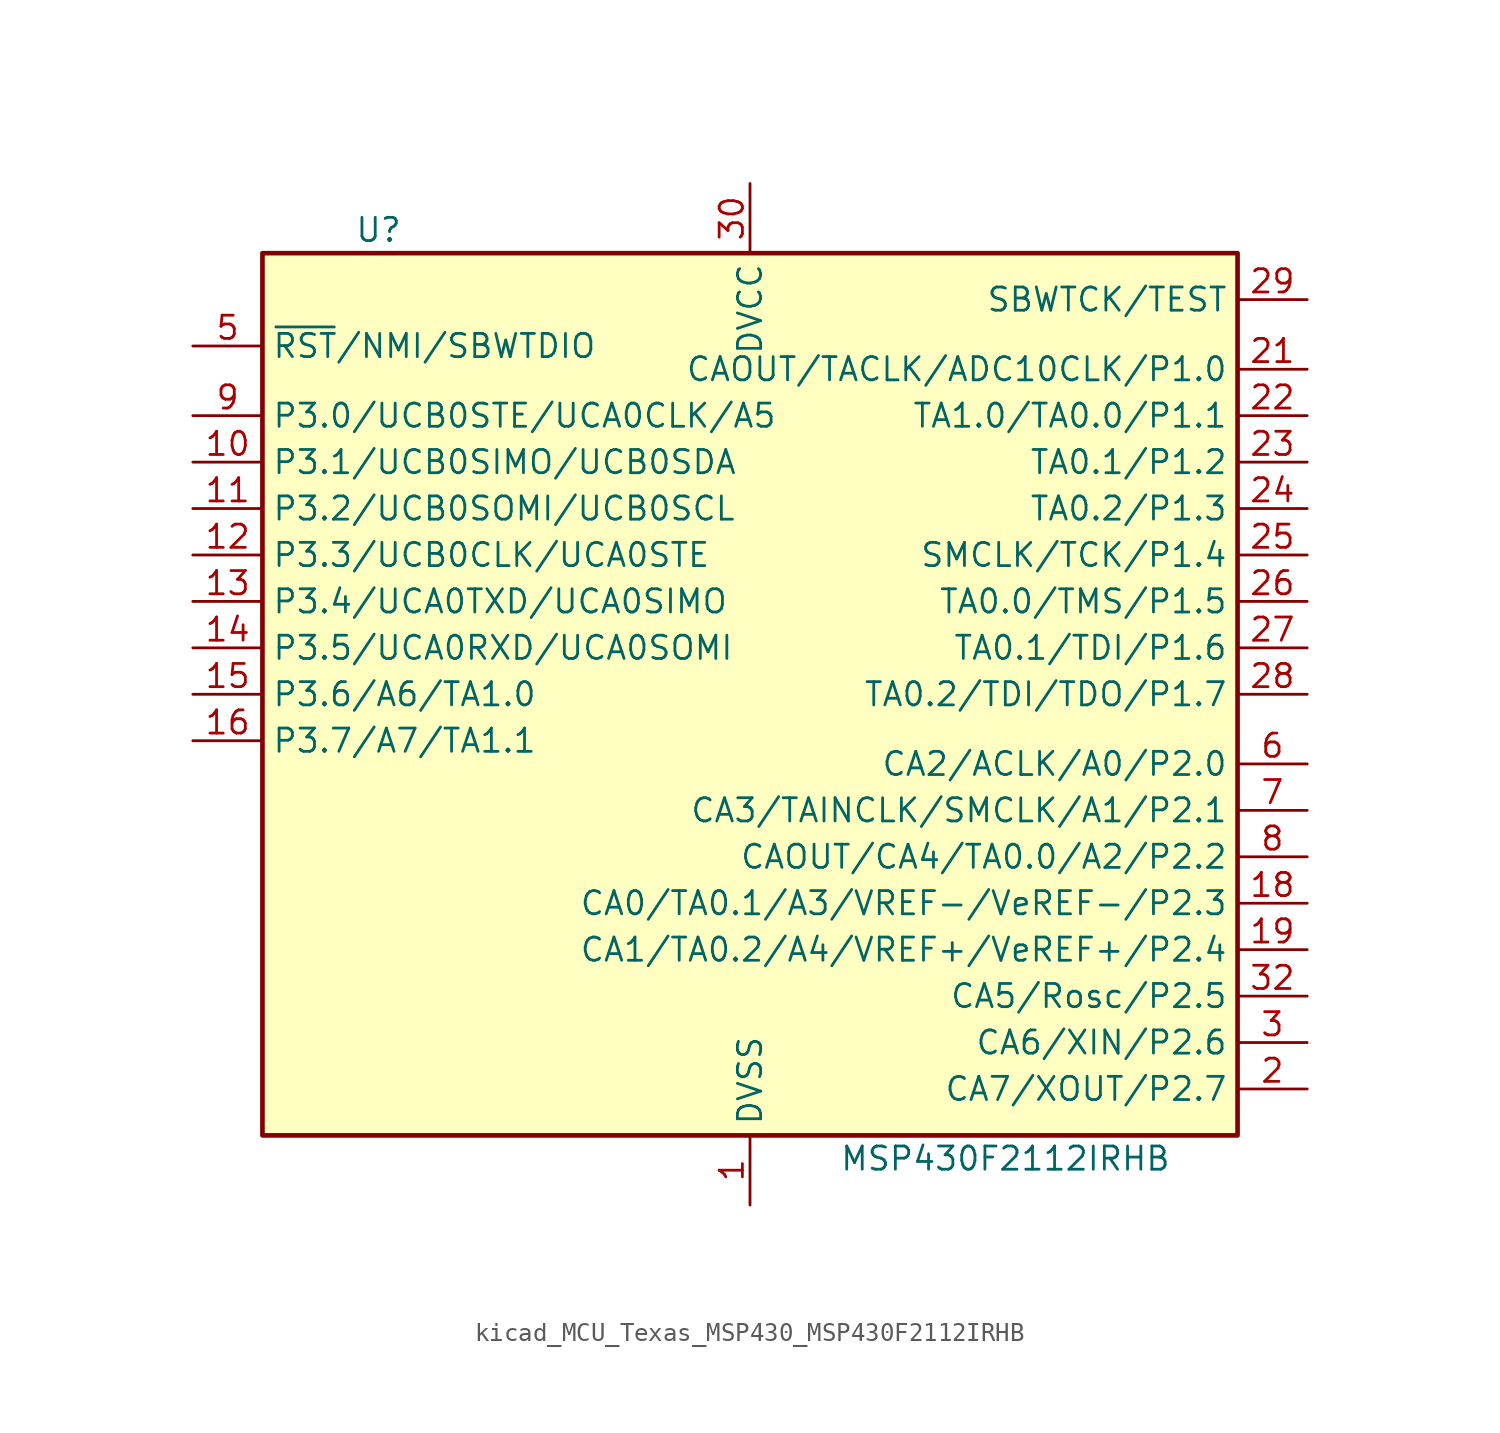
<source format=kicad_sym>
(kicad_symbol_lib
  (version 20220914)
  (generator kicad_symbol_editor)
  (symbol "kicad_MCU_Texas_MSP430_MSP430F2112IRHB"
    (property "Reference" "U"
      (at -20.32 25.4 0)
      (effects (font (size 1.27 1.27))))
    (property "Value" "MSP430F2112IRHB"
      (at 13.97 -25.4 0)
      (effects (font (size 1.27 1.27))))
    (symbol "kicad_MCU_Texas_MSP430_MSP430F2112IRHB_0_1"
      (rectangle (start -26.67 24.13) (end 26.67 -24.13) (stroke (width 0.254) (type default)) (fill (type background))))
    (symbol "kicad_MCU_Texas_MSP430_MSP430F2112IRHB_1_1"
      (pin power_in line (at 0 -27.94 90) (length 3.81) (name "DVSS" (effects (font (size 1.27 1.27)))) (number "1" (effects (font (size 1.27 1.27)))))
      (pin bidirectional line (at -30.48 12.7 0) (length 3.81) (name "P3.1/UCB0SIMO/UCB0SDA" (effects (font (size 1.27 1.27)))) (number "10" (effects (font (size 1.27 1.27)))))
      (pin bidirectional line (at -30.48 10.16 0) (length 3.81) (name "P3.2/UCB0SOMI/UCB0SCL" (effects (font (size 1.27 1.27)))) (number "11" (effects (font (size 1.27 1.27)))))
      (pin bidirectional line (at -30.48 7.62 0) (length 3.81) (name "P3.3/UCB0CLK/UCA0STE" (effects (font (size 1.27 1.27)))) (number "12" (effects (font (size 1.27 1.27)))))
      (pin bidirectional line (at -30.48 5.08 0) (length 3.81) (name "P3.4/UCA0TXD/UCA0SIMO" (effects (font (size 1.27 1.27)))) (number "13" (effects (font (size 1.27 1.27)))))
      (pin bidirectional line (at -30.48 2.54 0) (length 3.81) (name "P3.5/UCA0RXD/UCA0SOMI" (effects (font (size 1.27 1.27)))) (number "14" (effects (font (size 1.27 1.27)))))
      (pin bidirectional line (at -30.48 0 0) (length 3.81) (name "P3.6/A6/TA1.0" (effects (font (size 1.27 1.27)))) (number "15" (effects (font (size 1.27 1.27)))))
      (pin bidirectional line (at -30.48 -2.54 0) (length 3.81) (name "P3.7/A7/TA1.1" (effects (font (size 1.27 1.27)))) (number "16" (effects (font (size 1.27 1.27)))))
      (pin bidirectional line (at 30.48 -11.43 180) (length 3.81) (name "CA0/TA0.1/A3/VREF-/VeREF-/P2.3" (effects (font (size 1.27 1.27)))) (number "18" (effects (font (size 1.27 1.27)))))
      (pin bidirectional line (at 30.48 -13.97 180) (length 3.81) (name "CA1/TA0.2/A4/VREF+/VeREF+/P2.4" (effects (font (size 1.27 1.27)))) (number "19" (effects (font (size 1.27 1.27)))))
      (pin bidirectional line (at 30.48 -21.59 180) (length 3.81) (name "CA7/XOUT/P2.7" (effects (font (size 1.27 1.27)))) (number "2" (effects (font (size 1.27 1.27)))))
      (pin bidirectional line (at 30.48 17.78 180) (length 3.81) (name "CAOUT/TACLK/ADC10CLK/P1.0" (effects (font (size 1.27 1.27)))) (number "21" (effects (font (size 1.27 1.27)))))
      (pin bidirectional line (at 30.48 15.24 180) (length 3.81) (name "TA1.0/TA0.0/P1.1" (effects (font (size 1.27 1.27)))) (number "22" (effects (font (size 1.27 1.27)))))
      (pin bidirectional line (at 30.48 12.7 180) (length 3.81) (name "TA0.1/P1.2" (effects (font (size 1.27 1.27)))) (number "23" (effects (font (size 1.27 1.27)))))
      (pin bidirectional line (at 30.48 10.16 180) (length 3.81) (name "TA0.2/P1.3" (effects (font (size 1.27 1.27)))) (number "24" (effects (font (size 1.27 1.27)))))
      (pin bidirectional line (at 30.48 7.62 180) (length 3.81) (name "SMCLK/TCK/P1.4" (effects (font (size 1.27 1.27)))) (number "25" (effects (font (size 1.27 1.27)))))
      (pin bidirectional line (at 30.48 5.08 180) (length 3.81) (name "TA0.0/TMS/P1.5" (effects (font (size 1.27 1.27)))) (number "26" (effects (font (size 1.27 1.27)))))
      (pin bidirectional line (at 30.48 2.54 180) (length 3.81) (name "TA0.1/TDI/P1.6" (effects (font (size 1.27 1.27)))) (number "27" (effects (font (size 1.27 1.27)))))
      (pin bidirectional line (at 30.48 0 180) (length 3.81) (name "TA0.2/TDI/TDO/P1.7" (effects (font (size 1.27 1.27)))) (number "28" (effects (font (size 1.27 1.27)))))
      (pin input line (at 30.48 21.59 180) (length 3.81) (name "SBWTCK/TEST" (effects (font (size 1.27 1.27)))) (number "29" (effects (font (size 1.27 1.27)))))
      (pin bidirectional line (at 30.48 -19.05 180) (length 3.81) (name "CA6/XIN/P2.6" (effects (font (size 1.27 1.27)))) (number "3" (effects (font (size 1.27 1.27)))))
      (pin power_in line (at 0 27.94 270) (length 3.81) (name "DVCC" (effects (font (size 1.27 1.27)))) (number "30" (effects (font (size 1.27 1.27)))))
      (pin bidirectional line (at 30.48 -16.51 180) (length 3.81) (name "CA5/Rosc/P2.5" (effects (font (size 1.27 1.27)))) (number "32" (effects (font (size 1.27 1.27)))))
      (pin bidirectional line (at -30.48 19.05 0) (length 3.81) (name "~{RST}/NMI/SBWTDIO" (effects (font (size 1.27 1.27)))) (number "5" (effects (font (size 1.27 1.27)))))
      (pin bidirectional line (at 30.48 -3.81 180) (length 3.81) (name "CA2/ACLK/A0/P2.0" (effects (font (size 1.27 1.27)))) (number "6" (effects (font (size 1.27 1.27)))))
      (pin bidirectional line (at 30.48 -6.35 180) (length 3.81) (name "CA3/TAINCLK/SMCLK/A1/P2.1" (effects (font (size 1.27 1.27)))) (number "7" (effects (font (size 1.27 1.27)))))
      (pin bidirectional line (at 30.48 -8.89 180) (length 3.81) (name "CAOUT/CA4/TA0.0/A2/P2.2" (effects (font (size 1.27 1.27)))) (number "8" (effects (font (size 1.27 1.27)))))
      (pin bidirectional line (at -30.48 15.24 0) (length 3.81) (name "P3.0/UCB0STE/UCA0CLK/A5" (effects (font (size 1.27 1.27)))) (number "9" (effects (font (size 1.27 1.27))))))))
</source>
